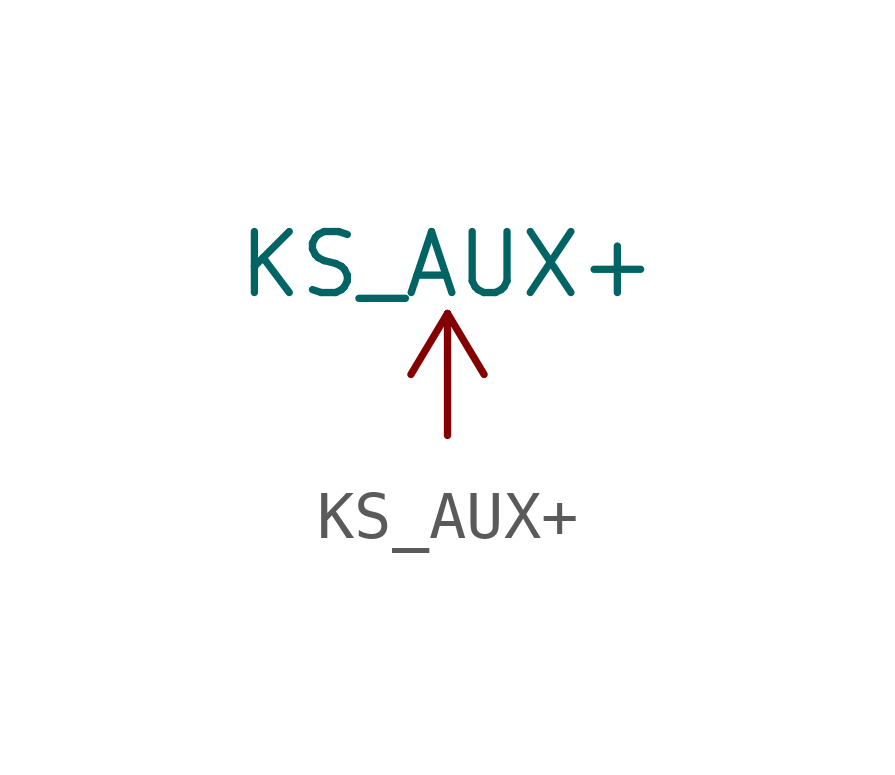
<source format=kicad_sym>
(kicad_symbol_lib
  (version 20211014)
  (generator kicad_symbol_editor)
  (symbol "KS_AUX+"
    (power)
    (pin_names
      (offset 0))
    (property "Reference" "#PWR"
      (at 0 -3.81 0)
      (effects (font (size 1.27 1.27)) hide))
    (property "Value" "KS_AUX+"
      (at 0 3.556 0)
      (effects (font (size 1.27 1.27))))
    (symbol "KS_AUX+_0_1"
      (polyline (pts (xy -0.762 1.27) (xy 0 2.54)) (stroke (width 0) (type default) (color 0 0 0 0)) (fill (type none)))
      (polyline (pts (xy 0 0) (xy 0 2.54)) (stroke (width 0) (type default) (color 0 0 0 0)) (fill (type none)))
      (polyline (pts (xy 0 2.54) (xy 0.762 1.27)) (stroke (width 0) (type default) (color 0 0 0 0)) (fill (type none))))
    (symbol "KS_AUX+_1_1"
      (pin power_in line (at 0 0 90) (length 0) hide (name "KS_AUX+" (effects (font (size 1.27 1.27)))) (number "1" (effects (font (size 1.27 1.27))))))))
</source>
